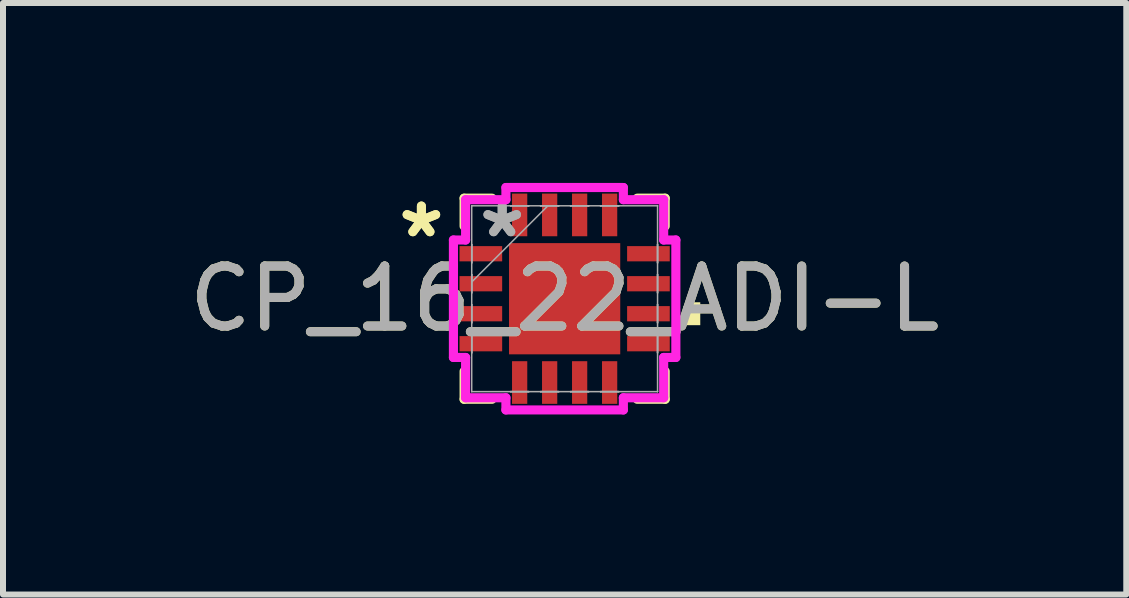
<source format=kicad_pcb>
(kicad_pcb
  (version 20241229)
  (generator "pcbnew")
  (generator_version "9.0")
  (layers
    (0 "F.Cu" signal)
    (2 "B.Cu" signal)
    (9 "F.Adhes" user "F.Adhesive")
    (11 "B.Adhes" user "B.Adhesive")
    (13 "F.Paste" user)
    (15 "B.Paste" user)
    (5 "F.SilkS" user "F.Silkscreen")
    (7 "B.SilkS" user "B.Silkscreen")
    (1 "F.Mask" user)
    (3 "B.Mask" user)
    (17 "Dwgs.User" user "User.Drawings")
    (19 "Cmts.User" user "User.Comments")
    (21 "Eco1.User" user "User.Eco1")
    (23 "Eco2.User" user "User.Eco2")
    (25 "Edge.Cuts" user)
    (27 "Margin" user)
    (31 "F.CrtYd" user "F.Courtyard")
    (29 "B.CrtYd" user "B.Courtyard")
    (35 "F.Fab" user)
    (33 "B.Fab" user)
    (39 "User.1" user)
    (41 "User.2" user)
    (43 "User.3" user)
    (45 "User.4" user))
  (footprint "CP_16_22_ADI-L"
    (layer "F.Cu")
    (at 6.363 1.93)
    (property "Reference" "CP_16_22_ADI-L" (at 0 0 0) (unlocked yes) (layer "F.SilkS") (effects (font (size 1 1) (thickness 0.15))))
    (attr smd)
    (fp_line (start -1.676 -1.676) (end -1.676 -1.21) (stroke (width 0.152) (type solid)) (layer "F.SilkS"))
    (fp_line (start -1.676 1.21) (end -1.676 1.676) (stroke (width 0.152) (type solid)) (layer "F.SilkS"))
    (fp_line (start -1.676 1.676) (end -1.21 1.676) (stroke (width 0.152) (type solid)) (layer "F.SilkS"))
    (fp_line (start -1.21 -1.676) (end -1.676 -1.676) (stroke (width 0.152) (type solid)) (layer "F.SilkS"))
    (fp_line (start 1.21 1.676) (end 1.676 1.676) (stroke (width 0.152) (type solid)) (layer "F.SilkS"))
    (fp_line (start 1.676 -1.676) (end 1.21 -1.676) (stroke (width 0.152) (type solid)) (layer "F.SilkS"))
    (fp_line (start 1.676 -1.21) (end 1.676 -1.676) (stroke (width 0.152) (type solid)) (layer "F.SilkS"))
    (fp_line (start 1.676 1.676) (end 1.676 1.21) (stroke (width 0.152) (type solid)) (layer "F.SilkS"))
    (fp_poly (pts (xy 2.261 0.059) (xy 2.261 0.441) (xy 2.007 0.441) (xy 2.007 0.059)) (stroke (width 0) (type solid)) (fill yes) (layer "F.SilkS"))
    (fp_line (start -1.854 -0.979) (end -1.651 -0.979) (stroke (width 0.152) (type solid)) (layer "F.CrtYd"))
    (fp_line (start -1.854 0.979) (end -1.854 -0.979) (stroke (width 0.152) (type solid)) (layer "F.CrtYd"))
    (fp_line (start -1.651 -1.651) (end -0.979 -1.651) (stroke (width 0.152) (type solid)) (layer "F.CrtYd"))
    (fp_line (start -1.651 -0.979) (end -1.651 -1.651) (stroke (width 0.152) (type solid)) (layer "F.CrtYd"))
    (fp_line (start -1.651 0.979) (end -1.854 0.979) (stroke (width 0.152) (type solid)) (layer "F.CrtYd"))
    (fp_line (start -1.651 1.651) (end -1.651 0.979) (stroke (width 0.152) (type solid)) (layer "F.CrtYd"))
    (fp_line (start -0.979 -1.854) (end 0.979 -1.854) (stroke (width 0.152) (type solid)) (layer "F.CrtYd"))
    (fp_line (start -0.979 -1.651) (end -0.979 -1.854) (stroke (width 0.152) (type solid)) (layer "F.CrtYd"))
    (fp_line (start -0.979 1.651) (end -1.651 1.651) (stroke (width 0.152) (type solid)) (layer "F.CrtYd"))
    (fp_line (start -0.979 1.854) (end -0.979 1.651) (stroke (width 0.152) (type solid)) (layer "F.CrtYd"))
    (fp_line (start 0.979 -1.854) (end 0.979 -1.651) (stroke (width 0.152) (type solid)) (layer "F.CrtYd"))
    (fp_line (start 0.979 -1.651) (end 1.651 -1.651) (stroke (width 0.152) (type solid)) (layer "F.CrtYd"))
    (fp_line (start 0.979 1.651) (end 0.979 1.854) (stroke (width 0.152) (type solid)) (layer "F.CrtYd"))
    (fp_line (start 0.979 1.854) (end -0.979 1.854) (stroke (width 0.152) (type solid)) (layer "F.CrtYd"))
    (fp_line (start 1.651 -1.651) (end 1.651 -0.979) (stroke (width 0.152) (type solid)) (layer "F.CrtYd"))
    (fp_line (start 1.651 -0.979) (end 1.854 -0.979) (stroke (width 0.152) (type solid)) (layer "F.CrtYd"))
    (fp_line (start 1.651 0.979) (end 1.651 1.651) (stroke (width 0.152) (type solid)) (layer "F.CrtYd"))
    (fp_line (start 1.651 1.651) (end 0.979 1.651) (stroke (width 0.152) (type solid)) (layer "F.CrtYd"))
    (fp_line (start 1.854 -0.979) (end 1.854 0.979) (stroke (width 0.152) (type solid)) (layer "F.CrtYd"))
    (fp_line (start 1.854 0.979) (end 1.651 0.979) (stroke (width 0.152) (type solid)) (layer "F.CrtYd"))
    (fp_line (start -1.549 -1.549) (end -1.549 -1.549) (stroke (width 0.025) (type solid)) (layer "F.Fab"))
    (fp_line (start -1.549 -1.549) (end -1.549 1.549) (stroke (width 0.025) (type solid)) (layer "F.Fab"))
    (fp_line (start -1.549 -0.902) (end -1.549 -0.902) (stroke (width 0.025) (type solid)) (layer "F.Fab"))
    (fp_line (start -1.549 -0.902) (end -1.549 -0.598) (stroke (width 0.025) (type solid)) (layer "F.Fab"))
    (fp_line (start -1.549 -0.598) (end -1.549 -0.902) (stroke (width 0.025) (type solid)) (layer "F.Fab"))
    (fp_line (start -1.549 -0.598) (end -1.549 -0.598) (stroke (width 0.025) (type solid)) (layer "F.Fab"))
    (fp_line (start -1.549 -0.402) (end -1.549 -0.402) (stroke (width 0.025) (type solid)) (layer "F.Fab"))
    (fp_line (start -1.549 -0.402) (end -1.549 -0.098) (stroke (width 0.025) (type solid)) (layer "F.Fab"))
    (fp_line (start -1.549 -0.279) (end -0.279 -1.549) (stroke (width 0.025) (type solid)) (layer "F.Fab"))
    (fp_line (start -1.549 -0.098) (end -1.549 -0.402) (stroke (width 0.025) (type solid)) (layer "F.Fab"))
    (fp_line (start -1.549 -0.098) (end -1.549 -0.098) (stroke (width 0.025) (type solid)) (layer "F.Fab"))
    (fp_line (start -1.549 0.098) (end -1.549 0.098) (stroke (width 0.025) (type solid)) (layer "F.Fab"))
    (fp_line (start -1.549 0.098) (end -1.549 0.402) (stroke (width 0.025) (type solid)) (layer "F.Fab"))
    (fp_line (start -1.549 0.402) (end -1.549 0.098) (stroke (width 0.025) (type solid)) (layer "F.Fab"))
    (fp_line (start -1.549 0.402) (end -1.549 0.402) (stroke (width 0.025) (type solid)) (layer "F.Fab"))
    (fp_line (start -1.549 0.598) (end -1.549 0.598) (stroke (width 0.025) (type solid)) (layer "F.Fab"))
    (fp_line (start -1.549 0.598) (end -1.549 0.902) (stroke (width 0.025) (type solid)) (layer "F.Fab"))
    (fp_line (start -1.549 0.902) (end -1.549 0.598) (stroke (width 0.025) (type solid)) (layer "F.Fab"))
    (fp_line (start -1.549 0.902) (end -1.549 0.902) (stroke (width 0.025) (type solid)) (layer "F.Fab"))
    (fp_line (start -1.549 1.549) (end -1.549 1.549) (stroke (width 0.025) (type solid)) (layer "F.Fab"))
    (fp_line (start -1.549 1.549) (end 1.549 1.549) (stroke (width 0.025) (type solid)) (layer "F.Fab"))
    (fp_line (start -0.902 -1.549) (end -0.902 -1.549) (stroke (width 0.025) (type solid)) (layer "F.Fab"))
    (fp_line (start -0.902 -1.549) (end -0.598 -1.549) (stroke (width 0.025) (type solid)) (layer "F.Fab"))
    (fp_line (start -0.902 1.549) (end -0.902 1.549) (stroke (width 0.025) (type solid)) (layer "F.Fab"))
    (fp_line (start -0.902 1.549) (end -0.598 1.549) (stroke (width 0.025) (type solid)) (layer "F.Fab"))
    (fp_line (start -0.598 -1.549) (end -0.902 -1.549) (stroke (width 0.025) (type solid)) (layer "F.Fab"))
    (fp_line (start -0.598 -1.549) (end -0.598 -1.549) (stroke (width 0.025) (type solid)) (layer "F.Fab"))
    (fp_line (start -0.598 1.549) (end -0.902 1.549) (stroke (width 0.025) (type solid)) (layer "F.Fab"))
    (fp_line (start -0.598 1.549) (end -0.598 1.549) (stroke (width 0.025) (type solid)) (layer "F.Fab"))
    (fp_line (start -0.402 -1.549) (end -0.402 -1.549) (stroke (width 0.025) (type solid)) (layer "F.Fab"))
    (fp_line (start -0.402 -1.549) (end -0.098 -1.549) (stroke (width 0.025) (type solid)) (layer "F.Fab"))
    (fp_line (start -0.402 1.549) (end -0.402 1.549) (stroke (width 0.025) (type solid)) (layer "F.Fab"))
    (fp_line (start -0.402 1.549) (end -0.098 1.549) (stroke (width 0.025) (type solid)) (layer "F.Fab"))
    (fp_line (start -0.098 -1.549) (end -0.402 -1.549) (stroke (width 0.025) (type solid)) (layer "F.Fab"))
    (fp_line (start -0.098 -1.549) (end -0.098 -1.549) (stroke (width 0.025) (type solid)) (layer "F.Fab"))
    (fp_line (start -0.098 1.549) (end -0.402 1.549) (stroke (width 0.025) (type solid)) (layer "F.Fab"))
    (fp_line (start -0.098 1.549) (end -0.098 1.549) (stroke (width 0.025) (type solid)) (layer "F.Fab"))
    (fp_line (start 0.098 -1.549) (end 0.098 -1.549) (stroke (width 0.025) (type solid)) (layer "F.Fab"))
    (fp_line (start 0.098 -1.549) (end 0.402 -1.549) (stroke (width 0.025) (type solid)) (layer "F.Fab"))
    (fp_line (start 0.098 1.549) (end 0.098 1.549) (stroke (width 0.025) (type solid)) (layer "F.Fab"))
    (fp_line (start 0.098 1.549) (end 0.402 1.549) (stroke (width 0.025) (type solid)) (layer "F.Fab"))
    (fp_line (start 0.402 -1.549) (end 0.098 -1.549) (stroke (width 0.025) (type solid)) (layer "F.Fab"))
    (fp_line (start 0.402 -1.549) (end 0.402 -1.549) (stroke (width 0.025) (type solid)) (layer "F.Fab"))
    (fp_line (start 0.402 1.549) (end 0.098 1.549) (stroke (width 0.025) (type solid)) (layer "F.Fab"))
    (fp_line (start 0.402 1.549) (end 0.402 1.549) (stroke (width 0.025) (type solid)) (layer "F.Fab"))
    (fp_line (start 0.598 -1.549) (end 0.598 -1.549) (stroke (width 0.025) (type solid)) (layer "F.Fab"))
    (fp_line (start 0.598 -1.549) (end 0.902 -1.549) (stroke (width 0.025) (type solid)) (layer "F.Fab"))
    (fp_line (start 0.598 1.549) (end 0.598 1.549) (stroke (width 0.025) (type solid)) (layer "F.Fab"))
    (fp_line (start 0.598 1.549) (end 0.902 1.549) (stroke (width 0.025) (type solid)) (layer "F.Fab"))
    (fp_line (start 0.902 -1.549) (end 0.598 -1.549) (stroke (width 0.025) (type solid)) (layer "F.Fab"))
    (fp_line (start 0.902 -1.549) (end 0.902 -1.549) (stroke (width 0.025) (type solid)) (layer "F.Fab"))
    (fp_line (start 0.902 1.549) (end 0.598 1.549) (stroke (width 0.025) (type solid)) (layer "F.Fab"))
    (fp_line (start 0.902 1.549) (end 0.902 1.549) (stroke (width 0.025) (type solid)) (layer "F.Fab"))
    (fp_line (start 1.549 -1.549) (end -1.549 -1.549) (stroke (width 0.025) (type solid)) (layer "F.Fab"))
    (fp_line (start 1.549 -1.549) (end 1.549 -1.549) (stroke (width 0.025) (type solid)) (layer "F.Fab"))
    (fp_line (start 1.549 -0.902) (end 1.549 -0.902) (stroke (width 0.025) (type solid)) (layer "F.Fab"))
    (fp_line (start 1.549 -0.902) (end 1.549 -0.598) (stroke (width 0.025) (type solid)) (layer "F.Fab"))
    (fp_line (start 1.549 -0.598) (end 1.549 -0.902) (stroke (width 0.025) (type solid)) (layer "F.Fab"))
    (fp_line (start 1.549 -0.598) (end 1.549 -0.598) (stroke (width 0.025) (type solid)) (layer "F.Fab"))
    (fp_line (start 1.549 -0.402) (end 1.549 -0.402) (stroke (width 0.025) (type solid)) (layer "F.Fab"))
    (fp_line (start 1.549 -0.402) (end 1.549 -0.098) (stroke (width 0.025) (type solid)) (layer "F.Fab"))
    (fp_line (start 1.549 -0.098) (end 1.549 -0.402) (stroke (width 0.025) (type solid)) (layer "F.Fab"))
    (fp_line (start 1.549 -0.098) (end 1.549 -0.098) (stroke (width 0.025) (type solid)) (layer "F.Fab"))
    (fp_line (start 1.549 0.098) (end 1.549 0.098) (stroke (width 0.025) (type solid)) (layer "F.Fab"))
    (fp_line (start 1.549 0.098) (end 1.549 0.402) (stroke (width 0.025) (type solid)) (layer "F.Fab"))
    (fp_line (start 1.549 0.402) (end 1.549 0.098) (stroke (width 0.025) (type solid)) (layer "F.Fab"))
    (fp_line (start 1.549 0.402) (end 1.549 0.402) (stroke (width 0.025) (type solid)) (layer "F.Fab"))
    (fp_line (start 1.549 0.598) (end 1.549 0.598) (stroke (width 0.025) (type solid)) (layer "F.Fab"))
    (fp_line (start 1.549 0.598) (end 1.549 0.902) (stroke (width 0.025) (type solid)) (layer "F.Fab"))
    (fp_line (start 1.549 0.902) (end 1.549 0.598) (stroke (width 0.025) (type solid)) (layer "F.Fab"))
    (fp_line (start 1.549 0.902) (end 1.549 0.902) (stroke (width 0.025) (type solid)) (layer "F.Fab"))
    (fp_line (start 1.549 1.549) (end 1.549 -1.549) (stroke (width 0.025) (type solid)) (layer "F.Fab"))
    (fp_line (start 1.549 1.549) (end 1.549 1.549) (stroke (width 0.025) (type solid)) (layer "F.Fab"))
    (fp_text user "*" (at -2.388 -1 0) (layer "F.SilkS") (effects (font (size 1 1) (thickness 0.15))))
    (fp_text user "*" (at -2.388 -1 0) (unlocked yes) (layer "F.SilkS") (effects (font (size 1 1) (thickness 0.15))))
    (fp_text user "*" (at -1.041 -1 0) (unlocked yes) (layer "F.Fab") (effects (font (size 1 1) (thickness 0.15))))
    (fp_text user "${REFERENCE}" (at 0 0 0) (unlocked yes) (layer "F.Fab") (effects (font (size 1 1) (thickness 0.15))))
    (fp_text user "*" (at -1.041 -1 0) (layer "F.Fab") (effects (font (size 1 1) (thickness 0.15))))
    (pad "1" smd rect (at -1.397 -0.75 90) (size 0.254 0.711) (layers "F.Cu" "F.Mask" "F.Paste"))
    (pad "2" smd rect (at -1.397 -0.25 90) (size 0.254 0.711) (layers "F.Cu" "F.Mask" "F.Paste"))
    (pad "3" smd rect (at -1.397 0.25 90) (size 0.254 0.711) (layers "F.Cu" "F.Mask" "F.Paste"))
    (pad "4" smd rect (at -1.397 0.75 90) (size 0.254 0.711) (layers "F.Cu" "F.Mask" "F.Paste"))
    (pad "5" smd rect (at -0.75 1.397) (size 0.254 0.711) (layers "F.Cu" "F.Mask" "F.Paste"))
    (pad "6" smd rect (at -0.25 1.397) (size 0.254 0.711) (layers "F.Cu" "F.Mask" "F.Paste"))
    (pad "7" smd rect (at 0.25 1.397) (size 0.254 0.711) (layers "F.Cu" "F.Mask" "F.Paste"))
    (pad "8" smd rect (at 0.75 1.397) (size 0.254 0.711) (layers "F.Cu" "F.Mask" "F.Paste"))
    (pad "9" smd rect (at 1.397 0.75 90) (size 0.254 0.711) (layers "F.Cu" "F.Mask" "F.Paste"))
    (pad "10" smd rect (at 1.397 0.25 90) (size 0.254 0.711) (layers "F.Cu" "F.Mask" "F.Paste"))
    (pad "11" smd rect (at 1.397 -0.25 90) (size 0.254 0.711) (layers "F.Cu" "F.Mask" "F.Paste"))
    (pad "12" smd rect (at 1.397 -0.75 90) (size 0.254 0.711) (layers "F.Cu" "F.Mask" "F.Paste"))
    (pad "13" smd rect (at 0.75 -1.397) (size 0.254 0.711) (layers "F.Cu" "F.Mask" "F.Paste"))
    (pad "14" smd rect (at 0.25 -1.397) (size 0.254 0.711) (layers "F.Cu" "F.Mask" "F.Paste"))
    (pad "15" smd rect (at -0.25 -1.397) (size 0.254 0.711) (layers "F.Cu" "F.Mask" "F.Paste"))
    (pad "16" smd rect (at -0.75 -1.397) (size 0.254 0.711) (layers "F.Cu" "F.Mask" "F.Paste"))
    (pad "17" smd rect (at 0 0) (size 1.854 1.854) (layers "F.Cu" "F.Mask" "F.Paste")))
  (gr_rect
    (start -3 -3)
    (end 15.726 6.861)
    (stroke (width 0.1) (type default))
    (fill no)
    (layer "Edge.Cuts")))
</source>
